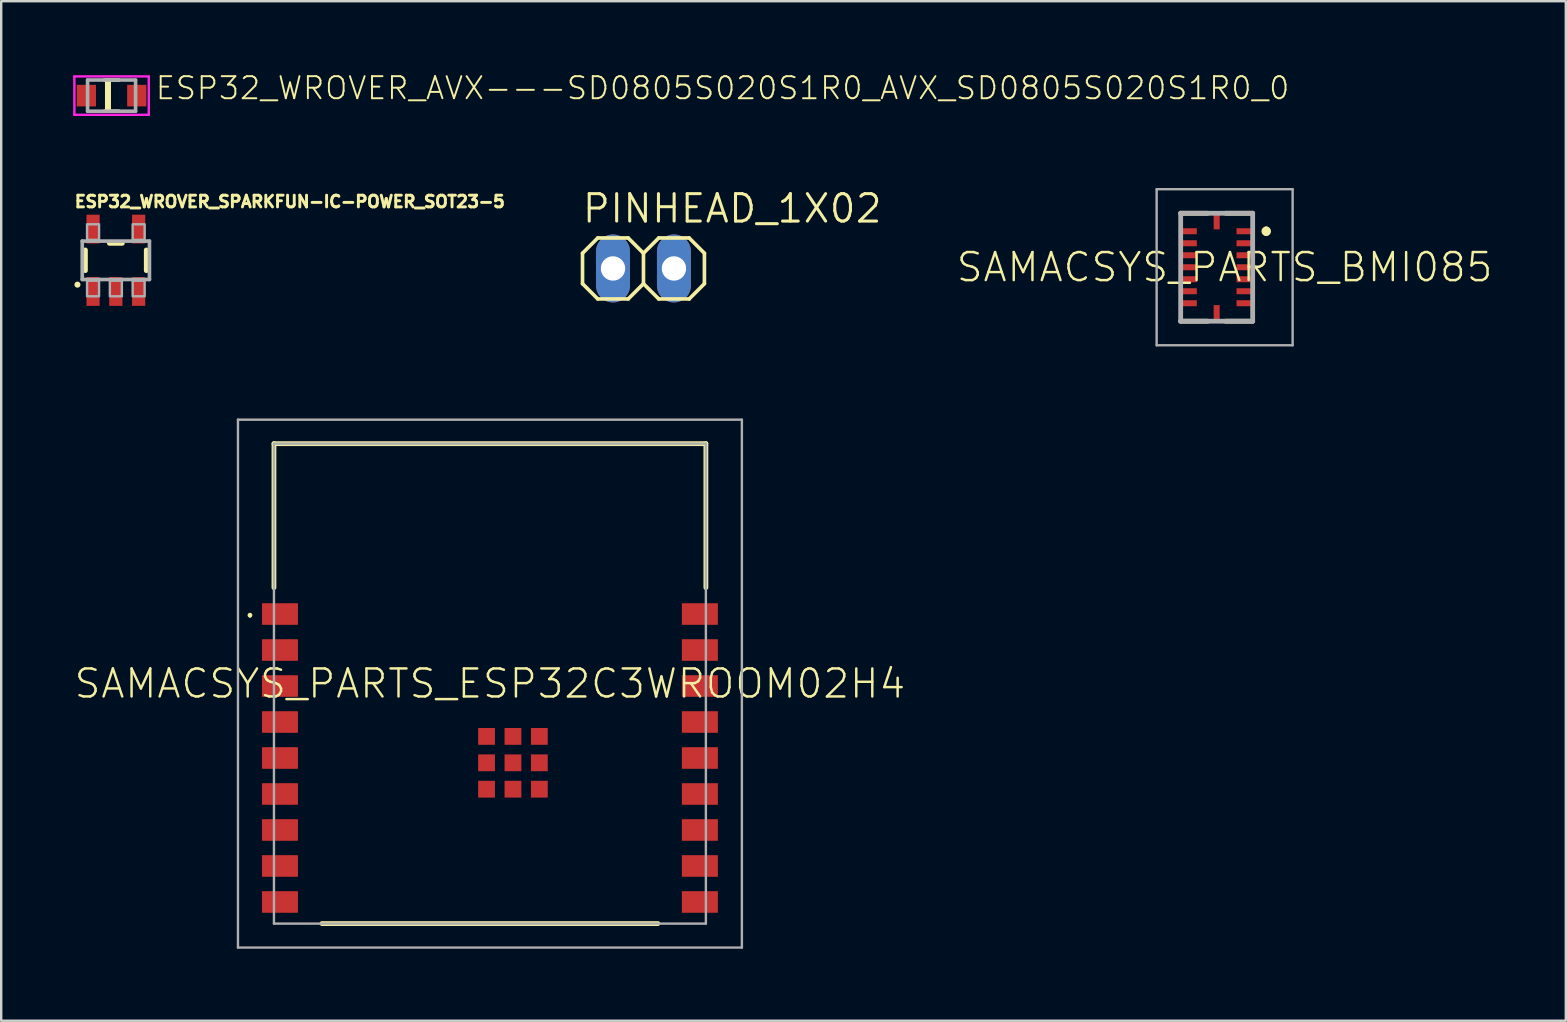
<source format=kicad_pcb>
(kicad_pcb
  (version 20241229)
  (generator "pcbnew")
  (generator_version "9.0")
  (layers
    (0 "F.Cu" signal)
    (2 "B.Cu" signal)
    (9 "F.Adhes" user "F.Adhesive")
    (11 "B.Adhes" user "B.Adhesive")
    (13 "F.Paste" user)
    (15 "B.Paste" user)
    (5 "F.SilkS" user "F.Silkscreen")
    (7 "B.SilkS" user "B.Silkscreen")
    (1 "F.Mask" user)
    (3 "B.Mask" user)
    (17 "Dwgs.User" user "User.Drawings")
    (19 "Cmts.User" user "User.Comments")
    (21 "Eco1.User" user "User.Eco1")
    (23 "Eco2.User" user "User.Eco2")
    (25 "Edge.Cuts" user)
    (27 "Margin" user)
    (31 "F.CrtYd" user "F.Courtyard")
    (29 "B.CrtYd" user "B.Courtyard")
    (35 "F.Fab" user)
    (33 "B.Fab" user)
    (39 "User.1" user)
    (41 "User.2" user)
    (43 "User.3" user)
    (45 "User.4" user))
  (footprint "SAMACSYS_PARTS_BMI085"
    (layer "F.Cu")
    (at 47.654 8.087)
    (property "Reference" "SAMACSYS_PARTS_BMI085" (at 0.331 0 0) (layer "F.SilkS") (effects (font (size 1.168 1.168) (thickness 0.102))))
    (fp_line (start -1.5 -2.25) (end -0.377 -2.25) (stroke (width 0.2) (type solid)) (layer "F.SilkS"))
    (fp_line (start -1.5 2.25) (end -0.377 2.25) (stroke (width 0.2) (type solid)) (layer "F.SilkS"))
    (fp_line (start 1.5 -2.25) (end 0.377 -2.25) (stroke (width 0.2) (type solid)) (layer "F.SilkS"))
    (fp_line (start 1.5 2.25) (end 0.377 2.25) (stroke (width 0.2) (type solid)) (layer "F.SilkS"))
    (fp_arc (start 2.065 -1.6) (mid 2.165 -1.5) (end 2.065 -1.4) (stroke (width 0.2) (type solid)) (layer "F.SilkS"))
    (fp_arc (start 2.065 -1.4) (mid 1.965 -1.5) (end 2.065 -1.6) (stroke (width 0.2) (type solid)) (layer "F.SilkS"))
    (fp_line (start -2.502 -3.252) (end 3.165 -3.252) (stroke (width 0.1) (type solid)) (layer "F.Fab"))
    (fp_line (start -2.502 3.252) (end -2.502 -3.252) (stroke (width 0.1) (type solid)) (layer "F.Fab"))
    (fp_line (start -1.5 -2.25) (end 1.5 -2.25) (stroke (width 0.2) (type solid)) (layer "F.Fab"))
    (fp_line (start -1.5 2.25) (end -1.5 -2.25) (stroke (width 0.2) (type solid)) (layer "F.Fab"))
    (fp_line (start 1.5 -2.25) (end 1.5 2.25) (stroke (width 0.2) (type solid)) (layer "F.Fab"))
    (fp_line (start 1.5 2.25) (end -1.5 2.25) (stroke (width 0.2) (type solid)) (layer "F.Fab"))
    (fp_line (start 3.165 -3.252) (end 3.165 3.252) (stroke (width 0.1) (type solid)) (layer "F.Fab"))
    (fp_line (start 3.165 3.252) (end -2.502 3.252) (stroke (width 0.1) (type solid)) (layer "F.Fab"))
    (pad "1" smd rect (at 1.165 -1.5) (size 0.675 0.25) (layers "F.Cu" "F.Mask" "F.Paste"))
    (pad "2" smd rect (at 1.165 -1) (size 0.675 0.25) (layers "F.Cu" "F.Mask" "F.Paste"))
    (pad "3" smd rect (at 1.165 -0.5) (size 0.675 0.25) (layers "F.Cu" "F.Mask" "F.Paste"))
    (pad "4" smd rect (at 1.165 0) (size 0.675 0.25) (layers "F.Cu" "F.Mask" "F.Paste"))
    (pad "5" smd rect (at 1.165 0.5) (size 0.675 0.25) (layers "F.Cu" "F.Mask" "F.Paste"))
    (pad "6" smd rect (at 1.165 1) (size 0.675 0.25) (layers "F.Cu" "F.Mask" "F.Paste"))
    (pad "7" smd rect (at 1.165 1.5) (size 0.675 0.25) (layers "F.Cu" "F.Mask" "F.Paste"))
    (pad "8" smd rect (at 0 1.915 90) (size 0.675 0.25) (layers "F.Cu" "F.Mask" "F.Paste"))
    (pad "9" smd rect (at -1.165 1.5) (size 0.675 0.25) (layers "F.Cu" "F.Mask" "F.Paste"))
    (pad "10" smd rect (at -1.165 1) (size 0.675 0.25) (layers "F.Cu" "F.Mask" "F.Paste"))
    (pad "11" smd rect (at -1.165 0.5) (size 0.675 0.25) (layers "F.Cu" "F.Mask" "F.Paste"))
    (pad "12" smd rect (at -1.165 0) (size 0.675 0.25) (layers "F.Cu" "F.Mask" "F.Paste"))
    (pad "13" smd rect (at -1.165 -0.5) (size 0.675 0.25) (layers "F.Cu" "F.Mask" "F.Paste"))
    (pad "14" smd rect (at -1.165 -1) (size 0.675 0.25) (layers "F.Cu" "F.Mask" "F.Paste"))
    (pad "15" smd rect (at -1.165 -1.5) (size 0.675 0.25) (layers "F.Cu" "F.Mask" "F.Paste"))
    (pad "16" smd rect (at 0 -1.915 90) (size 0.675 0.25) (layers "F.Cu" "F.Mask" "F.Paste")))
  (footprint "PINHEAD_1X02"
    (layer "F.Cu")
    (at 23.766 8.138)
    (property "Reference" "PINHEAD_1X02" (at -2.616 -1.829 0) (layer "F.SilkS") (effects (font (size 1.143 1.143) (thickness 0.127)) (justify left bottom)))
    (fp_line (start -2.54 -0.635) (end -2.54 0.635) (stroke (width 0.152) (type solid)) (layer "F.SilkS"))
    (fp_line (start -2.54 0.635) (end -1.905 1.27) (stroke (width 0.152) (type solid)) (layer "F.SilkS"))
    (fp_line (start -1.905 -1.27) (end -2.54 -0.635) (stroke (width 0.152) (type solid)) (layer "F.SilkS"))
    (fp_line (start -1.905 -1.27) (end -0.635 -1.27) (stroke (width 0.152) (type solid)) (layer "F.SilkS"))
    (fp_line (start -0.635 -1.27) (end 0 -0.635) (stroke (width 0.152) (type solid)) (layer "F.SilkS"))
    (fp_line (start -0.635 1.27) (end -1.905 1.27) (stroke (width 0.152) (type solid)) (layer "F.SilkS"))
    (fp_line (start 0 -0.635) (end 0 0.635) (stroke (width 0.152) (type solid)) (layer "F.SilkS"))
    (fp_line (start 0 -0.635) (end 0.635 -1.27) (stroke (width 0.152) (type solid)) (layer "F.SilkS"))
    (fp_line (start 0 0.635) (end -0.635 1.27) (stroke (width 0.152) (type solid)) (layer "F.SilkS"))
    (fp_line (start 0.635 -1.27) (end 1.905 -1.27) (stroke (width 0.152) (type solid)) (layer "F.SilkS"))
    (fp_line (start 0.635 1.27) (end 0 0.635) (stroke (width 0.152) (type solid)) (layer "F.SilkS"))
    (fp_line (start 1.905 -1.27) (end 2.54 -0.635) (stroke (width 0.152) (type solid)) (layer "F.SilkS"))
    (fp_line (start 1.905 1.27) (end 0.635 1.27) (stroke (width 0.152) (type solid)) (layer "F.SilkS"))
    (fp_line (start 2.54 -0.635) (end 2.54 0.635) (stroke (width 0.152) (type solid)) (layer "F.SilkS"))
    (fp_line (start 2.54 0.635) (end 1.905 1.27) (stroke (width 0.152) (type solid)) (layer "F.SilkS"))
    (fp_poly (pts (xy -1.524 0.254) (xy -1.016 0.254) (xy -1.016 -0.254) (xy -1.524 -0.254)) (stroke (width 0.1) (type default)) (fill no) (layer "F.Fab"))
    (fp_poly (pts (xy 1.016 0.254) (xy 1.524 0.254) (xy 1.524 -0.254) (xy 1.016 -0.254)) (stroke (width 0.1) (type default)) (fill no) (layer "F.Fab"))
    (pad "1" thru_hole oval (at -1.27 0 90) (size 2.832 1.416) (drill 1.016) (layers "*.Cu" "*.Mask"))
    (pad "2" thru_hole oval (at 1.27 0 90) (size 2.832 1.416) (drill 1.016) (layers "*.Cu" "*.Mask")))
  (footprint "SAMACSYS_PARTS_ESP32C3WROOM02H4"
    (layer "F.Cu")
    (at 7.867 35.439)
    (property "Reference" "SAMACSYS_PARTS_ESP32C3WROOM02H4" (at 9.5 -10 0) (layer "F.SilkS") (effects (font (size 1.168 1.168) (thickness 0.102))))
    (fp_line (start 0.5 -20) (end 18.5 -20) (stroke (width 0.2) (type solid)) (layer "F.SilkS"))
    (fp_line (start 0.5 -14) (end 0.5 -20) (stroke (width 0.2) (type solid)) (layer "F.SilkS"))
    (fp_line (start 2.5 0) (end 16.5 0) (stroke (width 0.2) (type solid)) (layer "F.SilkS"))
    (fp_line (start 18.5 -20) (end 18.5 -14) (stroke (width 0.2) (type solid)) (layer "F.SilkS"))
    (fp_arc (start -0.5 -12.9) (mid -0.45 -12.85) (end -0.5 -12.8) (stroke (width 0.1) (type solid)) (layer "F.SilkS"))
    (fp_arc (start -0.5 -12.8) (mid -0.55 -12.85) (end -0.5 -12.9) (stroke (width 0.1) (type solid)) (layer "F.SilkS"))
    (fp_line (start -1 -21) (end 20 -21) (stroke (width 0.1) (type solid)) (layer "F.Fab"))
    (fp_line (start -1 1) (end -1 -21) (stroke (width 0.1) (type solid)) (layer "F.Fab"))
    (fp_line (start 0.5 -20) (end 0.5 0) (stroke (width 0.1) (type solid)) (layer "F.Fab"))
    (fp_line (start 0.5 0) (end 18.5 0) (stroke (width 0.1) (type solid)) (layer "F.Fab"))
    (fp_line (start 18.5 -20) (end 0.5 -20) (stroke (width 0.1) (type solid)) (layer "F.Fab"))
    (fp_line (start 18.5 0) (end 18.5 -20) (stroke (width 0.1) (type solid)) (layer "F.Fab"))
    (fp_line (start 20 -21) (end 20 1) (stroke (width 0.1) (type solid)) (layer "F.Fab"))
    (fp_line (start 20 1) (end -1 1) (stroke (width 0.1) (type solid)) (layer "F.Fab"))
    (pad "1" smd rect (at 0.75 -12.9) (size 1.5 0.9) (layers "F.Cu" "F.Mask" "F.Paste"))
    (pad "2" smd rect (at 0.75 -11.4) (size 1.5 0.9) (layers "F.Cu" "F.Mask" "F.Paste"))
    (pad "3" smd rect (at 0.75 -9.9) (size 1.5 0.9) (layers "F.Cu" "F.Mask" "F.Paste"))
    (pad "4" smd rect (at 0.75 -8.4) (size 1.5 0.9) (layers "F.Cu" "F.Mask" "F.Paste"))
    (pad "5" smd rect (at 0.75 -6.9) (size 1.5 0.9) (layers "F.Cu" "F.Mask" "F.Paste"))
    (pad "6" smd rect (at 0.75 -5.4) (size 1.5 0.9) (layers "F.Cu" "F.Mask" "F.Paste"))
    (pad "7" smd rect (at 0.75 -3.9) (size 1.5 0.9) (layers "F.Cu" "F.Mask" "F.Paste"))
    (pad "8" smd rect (at 0.75 -2.4) (size 1.5 0.9) (layers "F.Cu" "F.Mask" "F.Paste"))
    (pad "9" smd rect (at 0.75 -0.9) (size 1.5 0.9) (layers "F.Cu" "F.Mask" "F.Paste"))
    (pad "10" smd rect (at 18.25 -0.9) (size 1.5 0.9) (layers "F.Cu" "F.Mask" "F.Paste"))
    (pad "11" smd rect (at 18.25 -2.4) (size 1.5 0.9) (layers "F.Cu" "F.Mask" "F.Paste"))
    (pad "12" smd rect (at 18.25 -3.9) (size 1.5 0.9) (layers "F.Cu" "F.Mask" "F.Paste"))
    (pad "13" smd rect (at 18.25 -5.4) (size 1.5 0.9) (layers "F.Cu" "F.Mask" "F.Paste"))
    (pad "14" smd rect (at 18.25 -6.9) (size 1.5 0.9) (layers "F.Cu" "F.Mask" "F.Paste"))
    (pad "15" smd rect (at 18.25 -8.4) (size 1.5 0.9) (layers "F.Cu" "F.Mask" "F.Paste"))
    (pad "16" smd rect (at 18.25 -9.9) (size 1.5 0.9) (layers "F.Cu" "F.Mask" "F.Paste"))
    (pad "17" smd rect (at 18.25 -11.4) (size 1.5 0.9) (layers "F.Cu" "F.Mask" "F.Paste"))
    (pad "18" smd rect (at 18.25 -12.9) (size 1.5 0.9) (layers "F.Cu" "F.Mask" "F.Paste"))
    (pad "19" smd rect (at 10.46 -6.7) (size 0.7 0.7) (layers "F.Cu" "F.Mask" "F.Paste"))
    (pad "20" smd rect (at 11.56 -6.7) (size 0.7 0.7) (layers "F.Cu" "F.Mask" "F.Paste"))
    (pad "21" smd rect (at 11.56 -7.8) (size 0.7 0.7) (layers "F.Cu" "F.Mask" "F.Paste"))
    (pad "22" smd rect (at 10.46 -7.8) (size 0.7 0.7) (layers "F.Cu" "F.Mask" "F.Paste"))
    (pad "23" smd rect (at 9.36 -7.8) (size 0.7 0.7) (layers "F.Cu" "F.Mask" "F.Paste"))
    (pad "24" smd rect (at 9.36 -6.7) (size 0.7 0.7) (layers "F.Cu" "F.Mask" "F.Paste"))
    (pad "25" smd rect (at 9.36 -5.6) (size 0.7 0.7) (layers "F.Cu" "F.Mask" "F.Paste"))
    (pad "26" smd rect (at 10.46 -5.6) (size 0.7 0.7) (layers "F.Cu" "F.Mask" "F.Paste"))
    (pad "27" smd rect (at 11.56 -5.6) (size 0.7 0.7) (layers "F.Cu" "F.Mask" "F.Paste")))
  (footprint "ESP32_WROVER_AVX---SD0805S020S1R0_AVX_SD0805S020S1R0_0"
    (layer "F.Cu")
    (at 1.6 0.935)
    (property "Reference" "ESP32_WROVER_AVX---SD0805S020S1R0_AVX_SD0805S020S1R0_0" (at 1.775 0.225 0) (layer "F.SilkS") (effects (font (size 0.92 0.92) (thickness 0.08)) (justify left bottom)))
    (fp_line (start -0.3 -0.65) (end 0.3 -0.65) (stroke (width 0.15) (type solid)) (layer "F.SilkS"))
    (fp_line (start -0.3 0.65) (end 0.3 0.65) (stroke (width 0.15) (type solid)) (layer "F.SilkS"))
    (fp_line (start -0.15 0.6) (end -0.15 -0.6) (stroke (width 0.25) (type solid)) (layer "F.SilkS"))
    (fp_line (start -1.55 -0.8) (end 1.55 -0.8) (stroke (width 0.1) (type solid)) (layer "F.CrtYd"))
    (fp_line (start -1.55 0.8) (end -1.55 -0.8) (stroke (width 0.1) (type solid)) (layer "F.CrtYd"))
    (fp_line (start 1.55 -0.8) (end 1.55 0.8) (stroke (width 0.1) (type solid)) (layer "F.CrtYd"))
    (fp_line (start 1.55 0.8) (end -1.55 0.8) (stroke (width 0.1) (type solid)) (layer "F.CrtYd"))
    (fp_line (start -1 -0.65) (end 1 -0.65) (stroke (width 0.15) (type solid)) (layer "F.Fab"))
    (fp_line (start -1 0.65) (end -1 -0.65) (stroke (width 0.15) (type solid)) (layer "F.Fab"))
    (fp_line (start 1 -0.65) (end 1 0.65) (stroke (width 0.15) (type solid)) (layer "F.Fab"))
    (fp_line (start 1 0.65) (end -1 0.65) (stroke (width 0.15) (type solid)) (layer "F.Fab"))
    (pad "1" smd rect (at -1.05 0) (size 0.8 0.9) (layers "F.Cu" "F.Mask" "F.Paste"))
    (pad "2" smd rect (at 1.05 0) (size 0.8 0.9) (layers "F.Cu" "F.Mask" "F.Paste")))
  (footprint "ESP32_WROVER_SPARKFUN-IC-POWER_SOT23-5"
    (layer "F.Cu")
    (at 1.778 7.797)
    (property "Reference" "ESP32_WROVER_SPARKFUN-IC-POWER_SOT23-5" (at -1.778 -2.159 0) (layer "F.SilkS") (effects (font (size 0.488 0.488) (thickness 0.122)) (justify left bottom)))
    (fp_line (start -1.27 0.429) (end -1.27 -0.429) (stroke (width 0.203) (type solid)) (layer "F.SilkS"))
    (fp_line (start -0.268 -0.709) (end 0.268 -0.709) (stroke (width 0.203) (type solid)) (layer "F.SilkS"))
    (fp_line (start 1.27 -0.429) (end 1.27 0.429) (stroke (width 0.203) (type solid)) (layer "F.SilkS"))
    (fp_circle (center -1.6 1.016) (end -1.537 1.016) (stroke (width 0.127) (type solid)) (fill yes) (layer "F.SilkS"))
    (fp_line (start -1.4 -0.8) (end -1.4 0.8) (stroke (width 0.152) (type solid)) (layer "F.Fab"))
    (fp_line (start -1.4 -0.8) (end 1.4 -0.8) (stroke (width 0.152) (type solid)) (layer "F.Fab"))
    (fp_line (start 1.4 -0.8) (end 1.4 0.8) (stroke (width 0.152) (type solid)) (layer "F.Fab"))
    (fp_line (start 1.4 0.8) (end -1.4 0.8) (stroke (width 0.152) (type solid)) (layer "F.Fab"))
    (fp_poly (pts (xy -1.2 -0.85) (xy -0.7 -0.85) (xy -0.7 -1.5) (xy -1.2 -1.5)) (stroke (width 0.1) (type default)) (fill no) (layer "F.Fab"))
    (fp_poly (pts (xy -1.2 1.5) (xy -0.7 1.5) (xy -0.7 0.85) (xy -1.2 0.85)) (stroke (width 0.1) (type default)) (fill no) (layer "F.Fab"))
    (fp_poly (pts (xy -0.25 1.5) (xy 0.25 1.5) (xy 0.25 0.85) (xy -0.25 0.85)) (stroke (width 0.1) (type default)) (fill no) (layer "F.Fab"))
    (fp_poly (pts (xy 0.7 -0.85) (xy 1.2 -0.85) (xy 1.2 -1.5) (xy 0.7 -1.5)) (stroke (width 0.1) (type default)) (fill no) (layer "F.Fab"))
    (fp_poly (pts (xy 0.7 1.5) (xy 1.2 1.5) (xy 1.2 0.85) (xy 0.7 0.85)) (stroke (width 0.1) (type default)) (fill no) (layer "F.Fab"))
    (pad "1" smd rect (at -0.95 1.3) (size 0.55 1.2) (layers "F.Cu" "F.Mask" "F.Paste"))
    (pad "2" smd rect (at 0 1.3) (size 0.55 1.2) (layers "F.Cu" "F.Mask" "F.Paste"))
    (pad "3" smd rect (at 0.95 1.3) (size 0.55 1.2) (layers "F.Cu" "F.Mask" "F.Paste"))
    (pad "4" smd rect (at 0.95 -1.3) (size 0.55 1.2) (layers "F.Cu" "F.Mask" "F.Paste"))
    (pad "5" smd rect (at -0.95 -1.3) (size 0.55 1.2) (layers "F.Cu" "F.Mask" "F.Paste")))
  (gr_rect
    (start -3 -3)
    (end 62.204 39.489)
    (stroke (width 0.1) (type default))
    (fill no)
    (layer "Edge.Cuts")))
</source>
